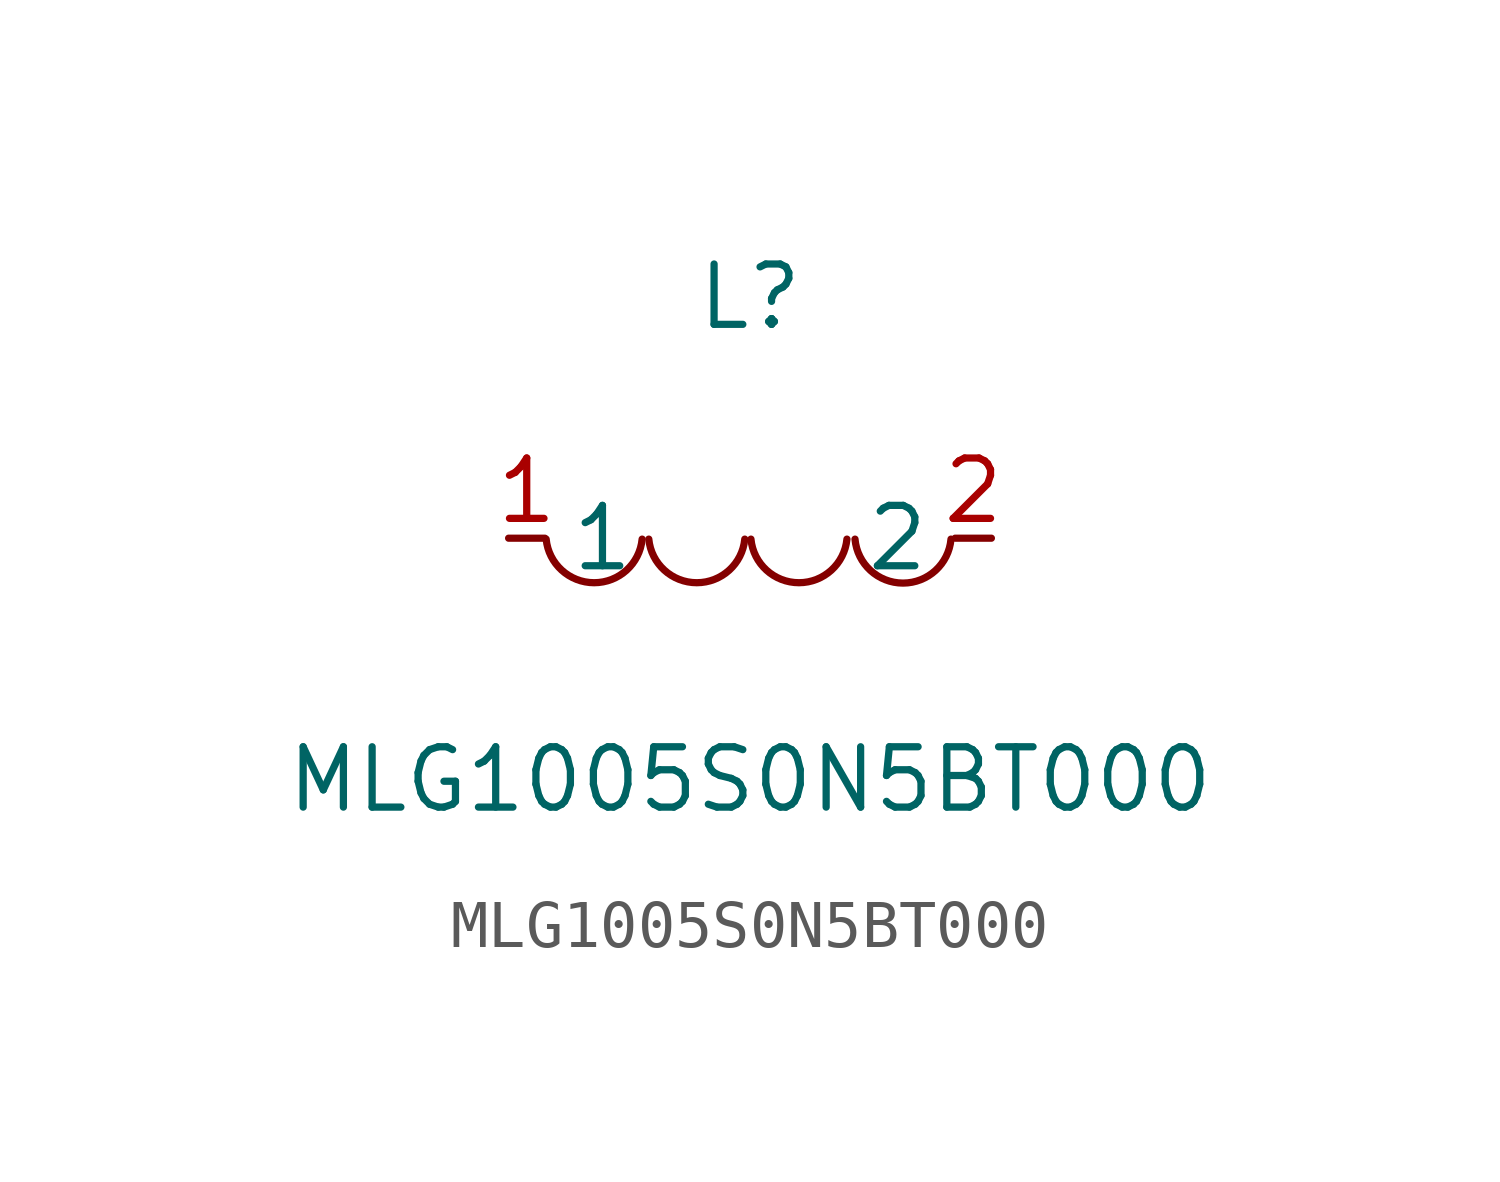
<source format=kicad_sym>
(kicad_symbol_lib
  (version 20211014)
  (generator https://github.com/uPesy/easyeda2kicad.py)
  (symbol "MLG1005S0N5BT000"
    (property "Reference" "L"
      (at 0 5.08 0)
      (effects (font (size 1.27 1.27))))
    (property "Value" "MLG1005S0N5BT000"
      (at 0 -5.08 0)
      (effects (font (size 1.27 1.27))))
    (symbol "MLG1005S0N5BT000_0_1"
      (arc (start -4.29 -0.02) (mid -2.52 -0.79) (end -2.27 -0.02) (stroke (width 0) (type default) (color 0 0 0 0)) (fill (type none)))
      (arc (start -2.13 -0.02) (mid -0.36 -0.79) (end -0.11 -0.02) (stroke (width 0) (type default) (color 0 0 0 0)) (fill (type none)))
      (arc (start 0.02 -0.02) (mid 1.79 -0.79) (end 2.04 -0.02) (stroke (width 0) (type default) (color 0 0 0 0)) (fill (type none)))
      (arc (start 2.21 -0.02) (mid 3.30 -1.12) (end 4.23 -0.02) (stroke (width 0) (type default) (color 0 0 0 0)) (fill (type none)))
      (pin unspecified line (at 5.08 -0.00 180) (length 0.762) (name "2" (effects (font (size 1.27 1.27)))) (number "2" (effects (font (size 1.27 1.27)))))
      (pin unspecified line (at -5.08 -0.00 0) (length 0.762) (name "1" (effects (font (size 1.27 1.27)))) (number "1" (effects (font (size 1.27 1.27))))))))
</source>
